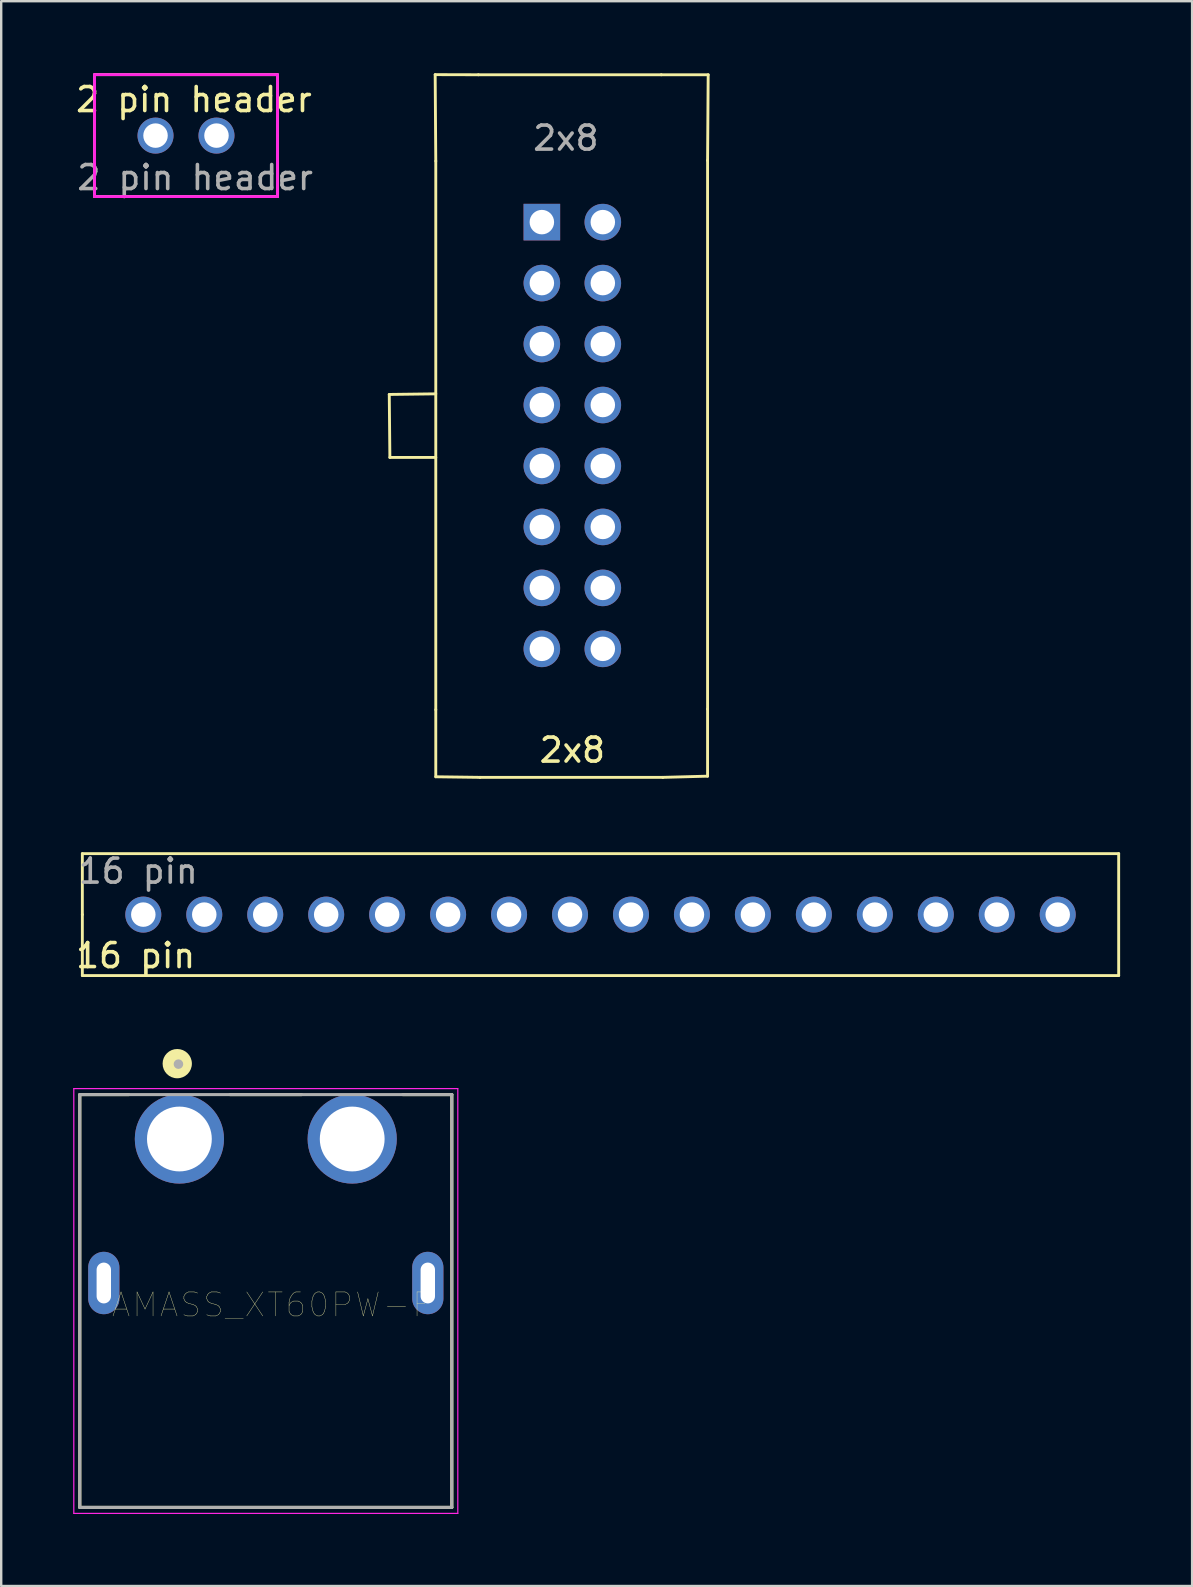
<source format=kicad_pcb>
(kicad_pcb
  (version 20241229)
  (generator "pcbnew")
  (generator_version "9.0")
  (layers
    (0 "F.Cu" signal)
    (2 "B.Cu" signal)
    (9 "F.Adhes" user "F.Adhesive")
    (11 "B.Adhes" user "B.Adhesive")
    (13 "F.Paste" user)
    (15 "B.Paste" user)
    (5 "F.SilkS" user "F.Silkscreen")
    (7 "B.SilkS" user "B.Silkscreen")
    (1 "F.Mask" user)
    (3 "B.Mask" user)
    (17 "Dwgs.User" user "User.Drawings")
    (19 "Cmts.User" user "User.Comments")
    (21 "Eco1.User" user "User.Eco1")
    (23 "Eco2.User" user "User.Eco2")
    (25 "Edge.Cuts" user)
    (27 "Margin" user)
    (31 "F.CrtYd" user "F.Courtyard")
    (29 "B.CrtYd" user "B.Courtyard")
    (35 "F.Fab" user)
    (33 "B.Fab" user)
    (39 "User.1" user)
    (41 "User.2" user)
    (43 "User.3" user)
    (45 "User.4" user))
  (footprint "2 pin header"
    (layer "F.Cu")
    (at 3.43 2.6)
    (property "Reference" "2 pin header" (at 1.6 -1.5 0) (unlocked yes) (layer "F.SilkS") (effects (font (size 1 1) (thickness 0.15))))
    (fp_line (start -2.54 -2.54) (end 5.08 -2.54) (stroke (width 0.12) (type solid)) (layer "F.SilkS"))
    (fp_line (start -2.54 0) (end -2.54 -2.54) (stroke (width 0.12) (type solid)) (layer "F.SilkS"))
    (fp_line (start -2.54 2.54) (end -2.54 0) (stroke (width 0.12) (type solid)) (layer "F.SilkS"))
    (fp_line (start 5.08 -2.54) (end 5.08 0) (stroke (width 0.12) (type solid)) (layer "F.SilkS"))
    (fp_line (start 5.08 0) (end 5.08 2.54) (stroke (width 0.12) (type solid)) (layer "F.SilkS"))
    (fp_line (start 5.08 2.54) (end -2.54 2.54) (stroke (width 0.12) (type solid)) (layer "F.SilkS"))
    (fp_line (start -2.54 -2.54) (end 5.08 -2.54) (stroke (width 0.12) (type solid)) (layer "F.CrtYd"))
    (fp_line (start -2.54 2.54) (end -2.54 -2.54) (stroke (width 0.12) (type solid)) (layer "F.CrtYd"))
    (fp_line (start 5.08 -2.54) (end 5.08 2.54) (stroke (width 0.12) (type solid)) (layer "F.CrtYd"))
    (fp_line (start 5.08 2.54) (end -2.54 2.54) (stroke (width 0.12) (type solid)) (layer "F.CrtYd"))
    (fp_text user "${REFERENCE}" (at 1.65 1.75 0) (unlocked yes) (layer "F.Fab") (effects (font (size 1 1) (thickness 0.15))))
    (pad "1" thru_hole circle (at 0 0) (size 1.5 1.5) (drill 1.02) (layers "*.Cu" "*.Mask"))
    (pad "2" thru_hole circle (at 2.54 0) (size 1.5 1.5) (drill 1.02) (layers "*.Cu" "*.Mask")))
  (footprint "AMASS_XT60PW-F"
    (layer "F.Cu")
    (at 8.025 51.158)
    (property "Reference" "AMASS_XT60PW-F" (at 0.23 0.16 0) (layer "F.SilkS") (effects (font (size 1 1) (thickness 0.015))))
    (attr through_hole)
    (fp_line (start -7.75 -8.6) (end -5.71 -8.6) (stroke (width 0.127) (type solid)) (layer "F.SilkS"))
    (fp_line (start -7.75 8.6) (end -7.75 -8.6) (stroke (width 0.127) (type solid)) (layer "F.SilkS"))
    (fp_line (start -1.49 -8.6) (end 1.49 -8.6) (stroke (width 0.127) (type solid)) (layer "F.SilkS"))
    (fp_line (start 5.71 -8.6) (end 7.75 -8.6) (stroke (width 0.127) (type solid)) (layer "F.SilkS"))
    (fp_line (start 7.75 -8.6) (end 7.75 8.6) (stroke (width 0.127) (type solid)) (layer "F.SilkS"))
    (fp_line (start 7.75 8.6) (end -7.75 8.6) (stroke (width 0.127) (type solid)) (layer "F.SilkS"))
    (fp_circle (center -3.69 -9.89) (end -3.18 -9.89) (stroke (width 0.2) (type solid)) (fill yes) (layer "F.SilkS"))
    (fp_line (start -8 -8.85) (end 8 -8.85) (stroke (width 0.05) (type solid)) (layer "F.CrtYd"))
    (fp_line (start -8 8.85) (end -8 -8.85) (stroke (width 0.05) (type solid)) (layer "F.CrtYd"))
    (fp_line (start 8 -8.85) (end 8 8.85) (stroke (width 0.05) (type solid)) (layer "F.CrtYd"))
    (fp_line (start 8 8.85) (end -8 8.85) (stroke (width 0.05) (type solid)) (layer "F.CrtYd"))
    (fp_line (start -7.75 -8.6) (end 7.75 -8.6) (stroke (width 0.127) (type solid)) (layer "F.Fab"))
    (fp_line (start -7.75 8.6) (end -7.75 -8.6) (stroke (width 0.127) (type solid)) (layer "F.Fab"))
    (fp_line (start 7.75 -8.6) (end 7.75 8.6) (stroke (width 0.127) (type solid)) (layer "F.Fab"))
    (fp_line (start 7.75 8.6) (end -7.75 8.6) (stroke (width 0.127) (type solid)) (layer "F.Fab"))
    (fp_circle (center -3.64 -9.87) (end -3.54 -9.87) (stroke (width 0.2) (type solid)) (fill no) (layer "F.Fab"))
    (pad "1" thru_hole circle (at -3.6 -6.75) (size 3.716 3.716) (drill 2.7) (layers "*.Cu" "*.Mask"))
    (pad "2" thru_hole circle (at 3.6 -6.75) (size 3.716 3.716) (drill 2.7) (layers "*.Cu" "*.Mask"))
    (pad "3" thru_hole oval (at -6.75 -0.75) (size 1.3 2.6) (drill oval 0.6 1.7) (layers "*.Cu" "*.Mask"))
    (pad "3" thru_hole oval (at 6.75 -0.75) (size 1.3 2.6) (drill oval 0.6 1.7) (layers "*.Cu" "*.Mask")))
  (footprint "16 pin"
    (layer "F.Cu")
    (at 20.701 35.058)
    (property "Reference" "16 pin" (at -18.1 1.71 0) (unlocked yes) (layer "F.SilkS") (effects (font (size 1 1) (thickness 0.15))))
    (fp_line (start -20.32 -2.54) (end 22.86 -2.54) (stroke (width 0.12) (type solid)) (layer "F.SilkS"))
    (fp_line (start -20.32 0) (end -20.32 -2.54) (stroke (width 0.12) (type solid)) (layer "F.SilkS"))
    (fp_line (start -20.32 2.54) (end -20.32 0) (stroke (width 0.12) (type solid)) (layer "F.SilkS"))
    (fp_line (start 22.86 -2.54) (end 22.86 2.54) (stroke (width 0.12) (type solid)) (layer "F.SilkS"))
    (fp_line (start 22.86 2.54) (end -20.32 2.54) (stroke (width 0.12) (type solid)) (layer "F.SilkS"))
    (fp_text user "${REFERENCE}" (at -17.99 -1.81 0) (unlocked yes) (layer "F.Fab") (effects (font (size 1 1) (thickness 0.15))))
    (pad "1" thru_hole circle (at -17.78 0) (size 1.5 1.5) (drill 1.02) (layers "*.Cu" "*.Mask"))
    (pad "2" thru_hole circle (at -15.24 0) (size 1.5 1.5) (drill 1.02) (layers "*.Cu" "*.Mask"))
    (pad "3" thru_hole circle (at -12.7 0) (size 1.5 1.5) (drill 1.02) (layers "*.Cu" "*.Mask"))
    (pad "4" thru_hole circle (at -10.16 0) (size 1.5 1.5) (drill 1.02) (layers "*.Cu" "*.Mask"))
    (pad "5" thru_hole circle (at -7.62 0) (size 1.5 1.5) (drill 1.02) (layers "*.Cu" "*.Mask"))
    (pad "6" thru_hole circle (at -5.08 0) (size 1.5 1.5) (drill 1.02) (layers "*.Cu" "*.Mask"))
    (pad "7" thru_hole circle (at -2.54 0) (size 1.5 1.5) (drill 1.02) (layers "*.Cu" "*.Mask"))
    (pad "8" thru_hole circle (at 0 0) (size 1.5 1.5) (drill 1.02) (layers "*.Cu" "*.Mask"))
    (pad "9" thru_hole circle (at 2.54 0) (size 1.5 1.5) (drill 1.02) (layers "*.Cu" "*.Mask"))
    (pad "10" thru_hole circle (at 5.08 0) (size 1.5 1.5) (drill 1.02) (layers "*.Cu" "*.Mask"))
    (pad "11" thru_hole circle (at 7.62 0) (size 1.5 1.5) (drill 1.02) (layers "*.Cu" "*.Mask"))
    (pad "12" thru_hole circle (at 10.16 0) (size 1.5 1.5) (drill 1.02) (layers "*.Cu" "*.Mask"))
    (pad "13" thru_hole circle (at 12.7 0) (size 1.5 1.5) (drill 1.02) (layers "*.Cu" "*.Mask"))
    (pad "14" thru_hole circle (at 15.24 0) (size 1.5 1.5) (drill 1.02) (layers "*.Cu" "*.Mask"))
    (pad "15" thru_hole circle (at 17.78 0) (size 1.5 1.5) (drill 1.02) (layers "*.Cu" "*.Mask"))
    (pad "16" thru_hole circle (at 20.32 0) (size 1.5 1.5) (drill 1.02) (layers "*.Cu" "*.Mask")))
  (footprint "2x8"
    (layer "F.Cu")
    (at 20.807 15.115)
    (property "Reference" "2x8" (at -0.01 13.09 0) (unlocked yes) (layer "F.SilkS") (effects (font (size 1 1) (thickness 0.15))))
    (fp_line (start -7.638 -1.73) (end -7.612 0.895) (stroke (width 0.12) (type solid)) (layer "F.SilkS"))
    (fp_line (start -7.612 0.895) (end -5.7 0.895) (stroke (width 0.12) (type solid)) (layer "F.SilkS"))
    (fp_line (start -5.7 -11.455) (end -5.725 -15.055) (stroke (width 0.12) (type solid)) (layer "F.SilkS"))
    (fp_line (start -5.7 -1.755) (end -7.638 -1.73) (stroke (width 0.12) (type solid)) (layer "F.SilkS"))
    (fp_line (start -5.7 11.405) (end -5.7 -11.455) (stroke (width 0.12) (type solid)) (layer "F.SilkS"))
    (fp_line (start -5.7 11.405) (end -5.7 14.2) (stroke (width 0.12) (type solid)) (layer "F.SilkS"))
    (fp_line (start -5.7 14.2) (end -3.86 14.225) (stroke (width 0.12) (type solid)) (layer "F.SilkS"))
    (fp_line (start -3.925 -15.05) (end -5.725 -15.055) (stroke (width 0.12) (type solid)) (layer "F.SilkS"))
    (fp_line (start -3.925 -15.05) (end 3.695 -15.05) (stroke (width 0.12) (type solid)) (layer "F.SilkS"))
    (fp_line (start 3.76 14.225) (end -3.86 14.225) (stroke (width 0.12) (type solid)) (layer "F.SilkS"))
    (fp_line (start 3.76 14.225) (end 5.625 14.175) (stroke (width 0.12) (type solid)) (layer "F.SilkS"))
    (fp_line (start 5.625 -11.48) (end 5.625 11.38) (stroke (width 0.12) (type solid)) (layer "F.SilkS"))
    (fp_line (start 5.625 -11.48) (end 5.65 -15.05) (stroke (width 0.12) (type solid)) (layer "F.SilkS"))
    (fp_line (start 5.625 14.175) (end 5.625 11.38) (stroke (width 0.12) (type solid)) (layer "F.SilkS"))
    (fp_line (start 5.65 -15.05) (end 3.695 -15.05) (stroke (width 0.12) (type solid)) (layer "F.SilkS"))
    (fp_text user "${REFERENCE}" (at -0.28 -12.41 0) (unlocked yes) (layer "F.Fab") (effects (font (size 1 1) (thickness 0.15))))
    (pad "1" thru_hole rect (at -1.28 -8.91) (size 1.524 1.524) (drill 1.02) (layers "*.Cu" "*.Mask"))
    (pad "2" thru_hole circle (at 1.26 -8.91) (size 1.524 1.524) (drill 1.02) (layers "*.Cu" "*.Mask"))
    (pad "3" thru_hole circle (at -1.28 -6.37) (size 1.524 1.524) (drill 1.02) (layers "*.Cu" "*.Mask"))
    (pad "4" thru_hole circle (at 1.26 -6.37) (size 1.524 1.524) (drill 1.02) (layers "*.Cu" "*.Mask"))
    (pad "5" thru_hole circle (at -1.28 -3.83) (size 1.524 1.524) (drill 1.02) (layers "*.Cu" "*.Mask"))
    (pad "6" thru_hole circle (at 1.26 -3.83) (size 1.524 1.524) (drill 1.02) (layers "*.Cu" "*.Mask"))
    (pad "7" thru_hole circle (at -1.28 -1.29) (size 1.524 1.524) (drill 1.02) (layers "*.Cu" "*.Mask"))
    (pad "8" thru_hole circle (at 1.26 -1.29) (size 1.524 1.524) (drill 1.02) (layers "*.Cu" "*.Mask"))
    (pad "9" thru_hole circle (at -1.28 1.25) (size 1.524 1.524) (drill 1.02) (layers "*.Cu" "*.Mask"))
    (pad "10" thru_hole circle (at 1.26 1.25 1.02) (size 1.524 1.524) (drill 1.02) (layers "*.Cu" "*.Mask"))
    (pad "11" thru_hole circle (at -1.28 3.79) (size 1.524 1.524) (drill 1.02) (layers "*.Cu" "*.Mask"))
    (pad "12" thru_hole circle (at 1.26 3.79) (size 1.524 1.524) (drill 1.02) (layers "*.Cu" "*.Mask"))
    (pad "13" thru_hole circle (at -1.28 6.33) (size 1.524 1.524) (drill 1.02) (layers "*.Cu" "*.Mask"))
    (pad "14" thru_hole circle (at 1.26 6.33) (size 1.524 1.524) (drill 1.02) (layers "*.Cu" "*.Mask"))
    (pad "15" thru_hole circle (at -1.28 8.87) (size 1.524 1.524) (drill 1.02) (layers "*.Cu" "*.Mask"))
    (pad "16" thru_hole circle (at 1.26 8.87) (size 1.524 1.524) (drill 1.02) (layers "*.Cu" "*.Mask")))
  (gr_rect
    (start -3 -3)
    (end 46.621 63.033)
    (stroke (width 0.1) (type default))
    (fill no)
    (layer "Edge.Cuts")))
</source>
